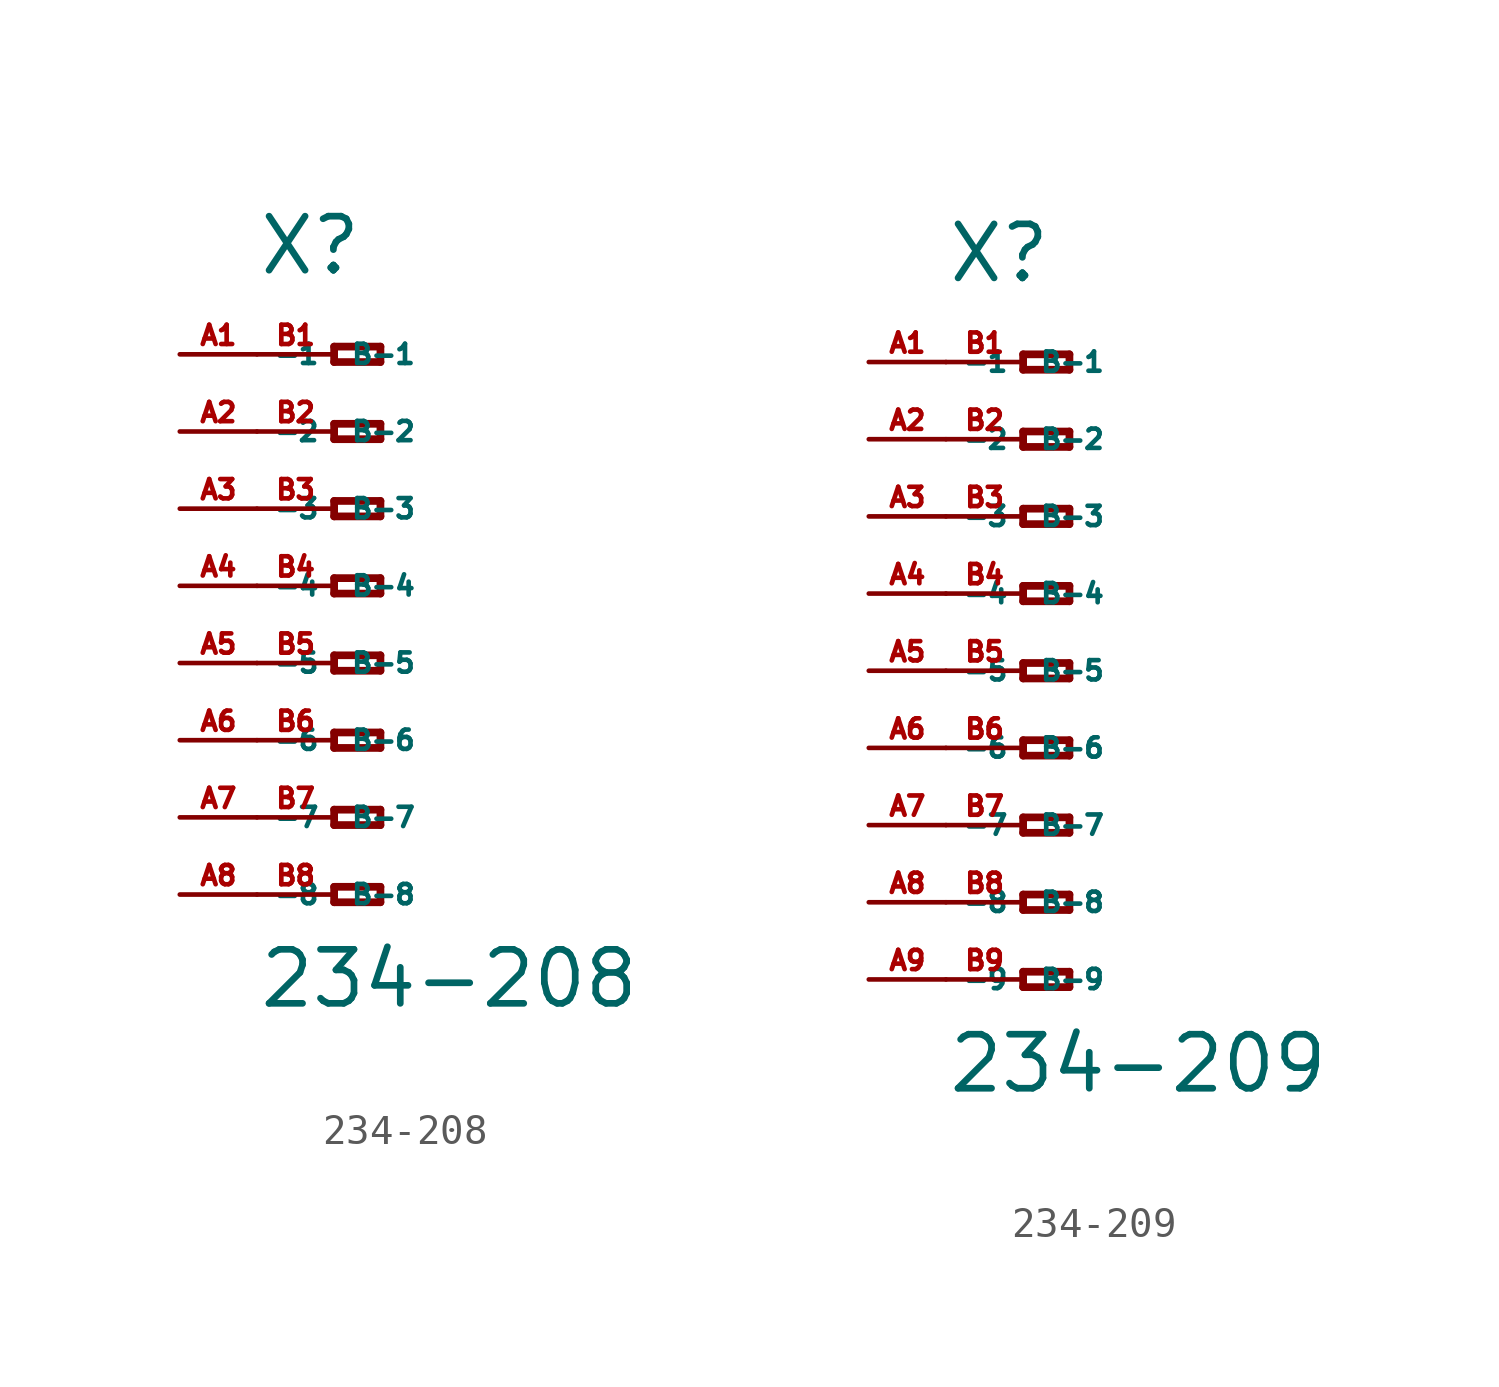
<source format=kicad_sym>
(kicad_symbol_lib
  (version 20220914)
  (generator Eagle2Kicad)
  (symbol "234-208"
    (property "Reference" "X"
      (at -5.08 10.16 0)
      (effects (font (size 1.778 1.778) (thickness 0.22)) (justify left bottom)))
    (property "Value" "234-208"
      (at -5.08 -13.97 0)
      (effects (font (size 1.778 1.778) (thickness 0.22)) (justify left bottom)))
    (polyline
      (pts (xy -2.54 7.874) (xy -2.54 7.366))
      (stroke (width 0.254) (type default))
      (fill (type none)))
    (polyline
      (pts (xy -2.54 7.366) (xy -1.016 7.366))
      (stroke (width 0.254) (type default))
      (fill (type none)))
    (polyline
      (pts (xy -1.016 7.366) (xy -1.016 7.874))
      (stroke (width 0.254) (type default))
      (fill (type none)))
    (polyline
      (pts (xy -1.016 7.874) (xy -2.54 7.874))
      (stroke (width 0.254) (type default))
      (fill (type none)))
    (polyline
      (pts (xy -2.54 5.334) (xy -2.54 4.826))
      (stroke (width 0.254) (type default))
      (fill (type none)))
    (polyline
      (pts (xy -2.54 4.826) (xy -1.016 4.826))
      (stroke (width 0.254) (type default))
      (fill (type none)))
    (polyline
      (pts (xy -1.016 4.826) (xy -1.016 5.334))
      (stroke (width 0.254) (type default))
      (fill (type none)))
    (polyline
      (pts (xy -1.016 5.334) (xy -2.54 5.334))
      (stroke (width 0.254) (type default))
      (fill (type none)))
    (polyline
      (pts (xy -2.54 2.794) (xy -2.54 2.286))
      (stroke (width 0.254) (type default))
      (fill (type none)))
    (polyline
      (pts (xy -2.54 2.286) (xy -1.016 2.286))
      (stroke (width 0.254) (type default))
      (fill (type none)))
    (polyline
      (pts (xy -1.016 2.286) (xy -1.016 2.794))
      (stroke (width 0.254) (type default))
      (fill (type none)))
    (polyline
      (pts (xy -1.016 2.794) (xy -2.54 2.794))
      (stroke (width 0.254) (type default))
      (fill (type none)))
    (polyline
      (pts (xy -2.54 0.254) (xy -2.54 -0.254))
      (stroke (width 0.254) (type default))
      (fill (type none)))
    (polyline
      (pts (xy -2.54 -0.254) (xy -1.016 -0.254))
      (stroke (width 0.254) (type default))
      (fill (type none)))
    (polyline
      (pts (xy -1.016 -0.254) (xy -1.016 0.254))
      (stroke (width 0.254) (type default))
      (fill (type none)))
    (polyline
      (pts (xy -1.016 0.254) (xy -2.54 0.254))
      (stroke (width 0.254) (type default))
      (fill (type none)))
    (polyline
      (pts (xy -2.54 -2.286) (xy -2.54 -2.794))
      (stroke (width 0.254) (type default))
      (fill (type none)))
    (polyline
      (pts (xy -2.54 -2.794) (xy -1.016 -2.794))
      (stroke (width 0.254) (type default))
      (fill (type none)))
    (polyline
      (pts (xy -1.016 -2.794) (xy -1.016 -2.286))
      (stroke (width 0.254) (type default))
      (fill (type none)))
    (polyline
      (pts (xy -1.016 -2.286) (xy -2.54 -2.286))
      (stroke (width 0.254) (type default))
      (fill (type none)))
    (polyline
      (pts (xy -2.54 -4.826) (xy -2.54 -5.334))
      (stroke (width 0.254) (type default))
      (fill (type none)))
    (polyline
      (pts (xy -2.54 -5.334) (xy -1.016 -5.334))
      (stroke (width 0.254) (type default))
      (fill (type none)))
    (polyline
      (pts (xy -1.016 -5.334) (xy -1.016 -4.826))
      (stroke (width 0.254) (type default))
      (fill (type none)))
    (polyline
      (pts (xy -1.016 -4.826) (xy -2.54 -4.826))
      (stroke (width 0.254) (type default))
      (fill (type none)))
    (polyline
      (pts (xy -2.54 -7.366) (xy -2.54 -7.874))
      (stroke (width 0.254) (type default))
      (fill (type none)))
    (polyline
      (pts (xy -2.54 -7.874) (xy -1.016 -7.874))
      (stroke (width 0.254) (type default))
      (fill (type none)))
    (polyline
      (pts (xy -1.016 -7.874) (xy -1.016 -7.366))
      (stroke (width 0.254) (type default))
      (fill (type none)))
    (polyline
      (pts (xy -1.016 -7.366) (xy -2.54 -7.366))
      (stroke (width 0.254) (type default))
      (fill (type none)))
    (polyline
      (pts (xy -2.54 -9.906) (xy -2.54 -10.414))
      (stroke (width 0.254) (type default))
      (fill (type none)))
    (polyline
      (pts (xy -2.54 -10.414) (xy -1.016 -10.414))
      (stroke (width 0.254) (type default))
      (fill (type none)))
    (polyline
      (pts (xy -1.016 -10.414) (xy -1.016 -9.906))
      (stroke (width 0.254) (type default))
      (fill (type none)))
    (polyline
      (pts (xy -1.016 -9.906) (xy -2.54 -9.906))
      (stroke (width 0.254) (type default))
      (fill (type none)))
    (pin passive line
      (at -7.62 7.62 0)
      (length 2.54)
      (name "-1" (effects (font (size 0.635 0.635) (thickness 0.08)) (justify left bottom)))
      (number "A1" (effects (font (size 0.635 0.635) (thickness 0.08)) (justify left bottom))))
    (pin passive line
      (at -7.62 5.08 0)
      (length 2.54)
      (name "-2" (effects (font (size 0.635 0.635) (thickness 0.08)) (justify left bottom)))
      (number "A2" (effects (font (size 0.635 0.635) (thickness 0.08)) (justify left bottom))))
    (pin passive line
      (at -7.62 2.54 0)
      (length 2.54)
      (name "-3" (effects (font (size 0.635 0.635) (thickness 0.08)) (justify left bottom)))
      (number "A3" (effects (font (size 0.635 0.635) (thickness 0.08)) (justify left bottom))))
    (pin passive line
      (at -7.62 0 0)
      (length 2.54)
      (name "-4" (effects (font (size 0.635 0.635) (thickness 0.08)) (justify left bottom)))
      (number "A4" (effects (font (size 0.635 0.635) (thickness 0.08)) (justify left bottom))))
    (pin passive line
      (at -7.62 -2.54 0)
      (length 2.54)
      (name "-5" (effects (font (size 0.635 0.635) (thickness 0.08)) (justify left bottom)))
      (number "A5" (effects (font (size 0.635 0.635) (thickness 0.08)) (justify left bottom))))
    (pin passive line
      (at -7.62 -5.08 0)
      (length 2.54)
      (name "-6" (effects (font (size 0.635 0.635) (thickness 0.08)) (justify left bottom)))
      (number "A6" (effects (font (size 0.635 0.635) (thickness 0.08)) (justify left bottom))))
    (pin passive line
      (at -7.62 -7.62 0)
      (length 2.54)
      (name "-7" (effects (font (size 0.635 0.635) (thickness 0.08)) (justify left bottom)))
      (number "A7" (effects (font (size 0.635 0.635) (thickness 0.08)) (justify left bottom))))
    (pin passive line
      (at -7.62 -10.16 0)
      (length 2.54)
      (name "-8" (effects (font (size 0.635 0.635) (thickness 0.08)) (justify left bottom)))
      (number "A8" (effects (font (size 0.635 0.635) (thickness 0.08)) (justify left bottom))))
    (pin passive line
      (at -5.08 -10.16 0)
      (length 2.54)
      (name "B-8" (effects (font (size 0.635 0.635) (thickness 0.08)) (justify left bottom)))
      (number "B8" (effects (font (size 0.635 0.635) (thickness 0.08)) (justify left bottom))))
    (pin passive line
      (at -5.08 7.62 0)
      (length 2.54)
      (name "B-1" (effects (font (size 0.635 0.635) (thickness 0.08)) (justify left bottom)))
      (number "B1" (effects (font (size 0.635 0.635) (thickness 0.08)) (justify left bottom))))
    (pin passive line
      (at -5.08 5.08 0)
      (length 2.54)
      (name "B-2" (effects (font (size 0.635 0.635) (thickness 0.08)) (justify left bottom)))
      (number "B2" (effects (font (size 0.635 0.635) (thickness 0.08)) (justify left bottom))))
    (pin passive line
      (at -5.08 2.54 0)
      (length 2.54)
      (name "B-3" (effects (font (size 0.635 0.635) (thickness 0.08)) (justify left bottom)))
      (number "B3" (effects (font (size 0.635 0.635) (thickness 0.08)) (justify left bottom))))
    (pin passive line
      (at -5.08 0 0)
      (length 2.54)
      (name "B-4" (effects (font (size 0.635 0.635) (thickness 0.08)) (justify left bottom)))
      (number "B4" (effects (font (size 0.635 0.635) (thickness 0.08)) (justify left bottom))))
    (pin passive line
      (at -5.08 -2.54 0)
      (length 2.54)
      (name "B-5" (effects (font (size 0.635 0.635) (thickness 0.08)) (justify left bottom)))
      (number "B5" (effects (font (size 0.635 0.635) (thickness 0.08)) (justify left bottom))))
    (pin passive line
      (at -5.08 -5.08 0)
      (length 2.54)
      (name "B-6" (effects (font (size 0.635 0.635) (thickness 0.08)) (justify left bottom)))
      (number "B6" (effects (font (size 0.635 0.635) (thickness 0.08)) (justify left bottom))))
    (pin passive line
      (at -5.08 -7.62 0)
      (length 2.54)
      (name "B-7" (effects (font (size 0.635 0.635) (thickness 0.08)) (justify left bottom)))
      (number "B7" (effects (font (size 0.635 0.635) (thickness 0.08)) (justify left bottom)))))
  (symbol "234-209"
    (property "Reference" "X"
      (at -5.08 12.7 0)
      (effects (font (size 1.778 1.778) (thickness 0.22)) (justify left bottom)))
    (property "Value" "234-209"
      (at -5.08 -13.97 0)
      (effects (font (size 1.778 1.778) (thickness 0.22)) (justify left bottom)))
    (polyline
      (pts (xy -2.54 10.414) (xy -2.54 9.906))
      (stroke (width 0.254) (type default))
      (fill (type none)))
    (polyline
      (pts (xy -2.54 9.906) (xy -1.016 9.906))
      (stroke (width 0.254) (type default))
      (fill (type none)))
    (polyline
      (pts (xy -1.016 9.906) (xy -1.016 10.414))
      (stroke (width 0.254) (type default))
      (fill (type none)))
    (polyline
      (pts (xy -1.016 10.414) (xy -2.54 10.414))
      (stroke (width 0.254) (type default))
      (fill (type none)))
    (polyline
      (pts (xy -2.54 7.874) (xy -2.54 7.366))
      (stroke (width 0.254) (type default))
      (fill (type none)))
    (polyline
      (pts (xy -2.54 7.366) (xy -1.016 7.366))
      (stroke (width 0.254) (type default))
      (fill (type none)))
    (polyline
      (pts (xy -1.016 7.366) (xy -1.016 7.874))
      (stroke (width 0.254) (type default))
      (fill (type none)))
    (polyline
      (pts (xy -1.016 7.874) (xy -2.54 7.874))
      (stroke (width 0.254) (type default))
      (fill (type none)))
    (polyline
      (pts (xy -2.54 5.334) (xy -2.54 4.826))
      (stroke (width 0.254) (type default))
      (fill (type none)))
    (polyline
      (pts (xy -2.54 4.826) (xy -1.016 4.826))
      (stroke (width 0.254) (type default))
      (fill (type none)))
    (polyline
      (pts (xy -1.016 4.826) (xy -1.016 5.334))
      (stroke (width 0.254) (type default))
      (fill (type none)))
    (polyline
      (pts (xy -1.016 5.334) (xy -2.54 5.334))
      (stroke (width 0.254) (type default))
      (fill (type none)))
    (polyline
      (pts (xy -2.54 2.794) (xy -2.54 2.286))
      (stroke (width 0.254) (type default))
      (fill (type none)))
    (polyline
      (pts (xy -2.54 2.286) (xy -1.016 2.286))
      (stroke (width 0.254) (type default))
      (fill (type none)))
    (polyline
      (pts (xy -1.016 2.286) (xy -1.016 2.794))
      (stroke (width 0.254) (type default))
      (fill (type none)))
    (polyline
      (pts (xy -1.016 2.794) (xy -2.54 2.794))
      (stroke (width 0.254) (type default))
      (fill (type none)))
    (polyline
      (pts (xy -2.54 0.254) (xy -2.54 -0.254))
      (stroke (width 0.254) (type default))
      (fill (type none)))
    (polyline
      (pts (xy -2.54 -0.254) (xy -1.016 -0.254))
      (stroke (width 0.254) (type default))
      (fill (type none)))
    (polyline
      (pts (xy -1.016 -0.254) (xy -1.016 0.254))
      (stroke (width 0.254) (type default))
      (fill (type none)))
    (polyline
      (pts (xy -1.016 0.254) (xy -2.54 0.254))
      (stroke (width 0.254) (type default))
      (fill (type none)))
    (polyline
      (pts (xy -2.54 -2.286) (xy -2.54 -2.794))
      (stroke (width 0.254) (type default))
      (fill (type none)))
    (polyline
      (pts (xy -2.54 -2.794) (xy -1.016 -2.794))
      (stroke (width 0.254) (type default))
      (fill (type none)))
    (polyline
      (pts (xy -1.016 -2.794) (xy -1.016 -2.286))
      (stroke (width 0.254) (type default))
      (fill (type none)))
    (polyline
      (pts (xy -1.016 -2.286) (xy -2.54 -2.286))
      (stroke (width 0.254) (type default))
      (fill (type none)))
    (polyline
      (pts (xy -2.54 -4.826) (xy -2.54 -5.334))
      (stroke (width 0.254) (type default))
      (fill (type none)))
    (polyline
      (pts (xy -2.54 -5.334) (xy -1.016 -5.334))
      (stroke (width 0.254) (type default))
      (fill (type none)))
    (polyline
      (pts (xy -1.016 -5.334) (xy -1.016 -4.826))
      (stroke (width 0.254) (type default))
      (fill (type none)))
    (polyline
      (pts (xy -1.016 -4.826) (xy -2.54 -4.826))
      (stroke (width 0.254) (type default))
      (fill (type none)))
    (polyline
      (pts (xy -2.54 -7.366) (xy -2.54 -7.874))
      (stroke (width 0.254) (type default))
      (fill (type none)))
    (polyline
      (pts (xy -2.54 -7.874) (xy -1.016 -7.874))
      (stroke (width 0.254) (type default))
      (fill (type none)))
    (polyline
      (pts (xy -1.016 -7.874) (xy -1.016 -7.366))
      (stroke (width 0.254) (type default))
      (fill (type none)))
    (polyline
      (pts (xy -1.016 -7.366) (xy -2.54 -7.366))
      (stroke (width 0.254) (type default))
      (fill (type none)))
    (polyline
      (pts (xy -2.54 -9.906) (xy -2.54 -10.414))
      (stroke (width 0.254) (type default))
      (fill (type none)))
    (polyline
      (pts (xy -2.54 -10.414) (xy -1.016 -10.414))
      (stroke (width 0.254) (type default))
      (fill (type none)))
    (polyline
      (pts (xy -1.016 -10.414) (xy -1.016 -9.906))
      (stroke (width 0.254) (type default))
      (fill (type none)))
    (polyline
      (pts (xy -1.016 -9.906) (xy -2.54 -9.906))
      (stroke (width 0.254) (type default))
      (fill (type none)))
    (pin passive line
      (at -7.62 10.16 0)
      (length 2.54)
      (name "-1" (effects (font (size 0.635 0.635) (thickness 0.08)) (justify left bottom)))
      (number "A1" (effects (font (size 0.635 0.635) (thickness 0.08)) (justify left bottom))))
    (pin passive line
      (at -7.62 7.62 0)
      (length 2.54)
      (name "-2" (effects (font (size 0.635 0.635) (thickness 0.08)) (justify left bottom)))
      (number "A2" (effects (font (size 0.635 0.635) (thickness 0.08)) (justify left bottom))))
    (pin passive line
      (at -7.62 5.08 0)
      (length 2.54)
      (name "-3" (effects (font (size 0.635 0.635) (thickness 0.08)) (justify left bottom)))
      (number "A3" (effects (font (size 0.635 0.635) (thickness 0.08)) (justify left bottom))))
    (pin passive line
      (at -7.62 2.54 0)
      (length 2.54)
      (name "-4" (effects (font (size 0.635 0.635) (thickness 0.08)) (justify left bottom)))
      (number "A4" (effects (font (size 0.635 0.635) (thickness 0.08)) (justify left bottom))))
    (pin passive line
      (at -7.62 0 0)
      (length 2.54)
      (name "-5" (effects (font (size 0.635 0.635) (thickness 0.08)) (justify left bottom)))
      (number "A5" (effects (font (size 0.635 0.635) (thickness 0.08)) (justify left bottom))))
    (pin passive line
      (at -7.62 -2.54 0)
      (length 2.54)
      (name "-6" (effects (font (size 0.635 0.635) (thickness 0.08)) (justify left bottom)))
      (number "A6" (effects (font (size 0.635 0.635) (thickness 0.08)) (justify left bottom))))
    (pin passive line
      (at -7.62 -5.08 0)
      (length 2.54)
      (name "-7" (effects (font (size 0.635 0.635) (thickness 0.08)) (justify left bottom)))
      (number "A7" (effects (font (size 0.635 0.635) (thickness 0.08)) (justify left bottom))))
    (pin passive line
      (at -7.62 -7.62 0)
      (length 2.54)
      (name "-8" (effects (font (size 0.635 0.635) (thickness 0.08)) (justify left bottom)))
      (number "A8" (effects (font (size 0.635 0.635) (thickness 0.08)) (justify left bottom))))
    (pin passive line
      (at -7.62 -10.16 0)
      (length 2.54)
      (name "-9" (effects (font (size 0.635 0.635) (thickness 0.08)) (justify left bottom)))
      (number "A9" (effects (font (size 0.635 0.635) (thickness 0.08)) (justify left bottom))))
    (pin passive line
      (at -5.08 -10.16 0)
      (length 2.54)
      (name "B-9" (effects (font (size 0.635 0.635) (thickness 0.08)) (justify left bottom)))
      (number "B9" (effects (font (size 0.635 0.635) (thickness 0.08)) (justify left bottom))))
    (pin passive line
      (at -5.08 10.16 0)
      (length 2.54)
      (name "B-1" (effects (font (size 0.635 0.635) (thickness 0.08)) (justify left bottom)))
      (number "B1" (effects (font (size 0.635 0.635) (thickness 0.08)) (justify left bottom))))
    (pin passive line
      (at -5.08 7.62 0)
      (length 2.54)
      (name "B-2" (effects (font (size 0.635 0.635) (thickness 0.08)) (justify left bottom)))
      (number "B2" (effects (font (size 0.635 0.635) (thickness 0.08)) (justify left bottom))))
    (pin passive line
      (at -5.08 5.08 0)
      (length 2.54)
      (name "B-3" (effects (font (size 0.635 0.635) (thickness 0.08)) (justify left bottom)))
      (number "B3" (effects (font (size 0.635 0.635) (thickness 0.08)) (justify left bottom))))
    (pin passive line
      (at -5.08 2.54 0)
      (length 2.54)
      (name "B-4" (effects (font (size 0.635 0.635) (thickness 0.08)) (justify left bottom)))
      (number "B4" (effects (font (size 0.635 0.635) (thickness 0.08)) (justify left bottom))))
    (pin passive line
      (at -5.08 0 0)
      (length 2.54)
      (name "B-5" (effects (font (size 0.635 0.635) (thickness 0.08)) (justify left bottom)))
      (number "B5" (effects (font (size 0.635 0.635) (thickness 0.08)) (justify left bottom))))
    (pin passive line
      (at -5.08 -2.54 0)
      (length 2.54)
      (name "B-6" (effects (font (size 0.635 0.635) (thickness 0.08)) (justify left bottom)))
      (number "B6" (effects (font (size 0.635 0.635) (thickness 0.08)) (justify left bottom))))
    (pin passive line
      (at -5.08 -5.08 0)
      (length 2.54)
      (name "B-7" (effects (font (size 0.635 0.635) (thickness 0.08)) (justify left bottom)))
      (number "B7" (effects (font (size 0.635 0.635) (thickness 0.08)) (justify left bottom))))
    (pin passive line
      (at -5.08 -7.62 0)
      (length 2.54)
      (name "B-8" (effects (font (size 0.635 0.635) (thickness 0.08)) (justify left bottom)))
      (number "B8" (effects (font (size 0.635 0.635) (thickness 0.08)) (justify left bottom))))))
</source>
